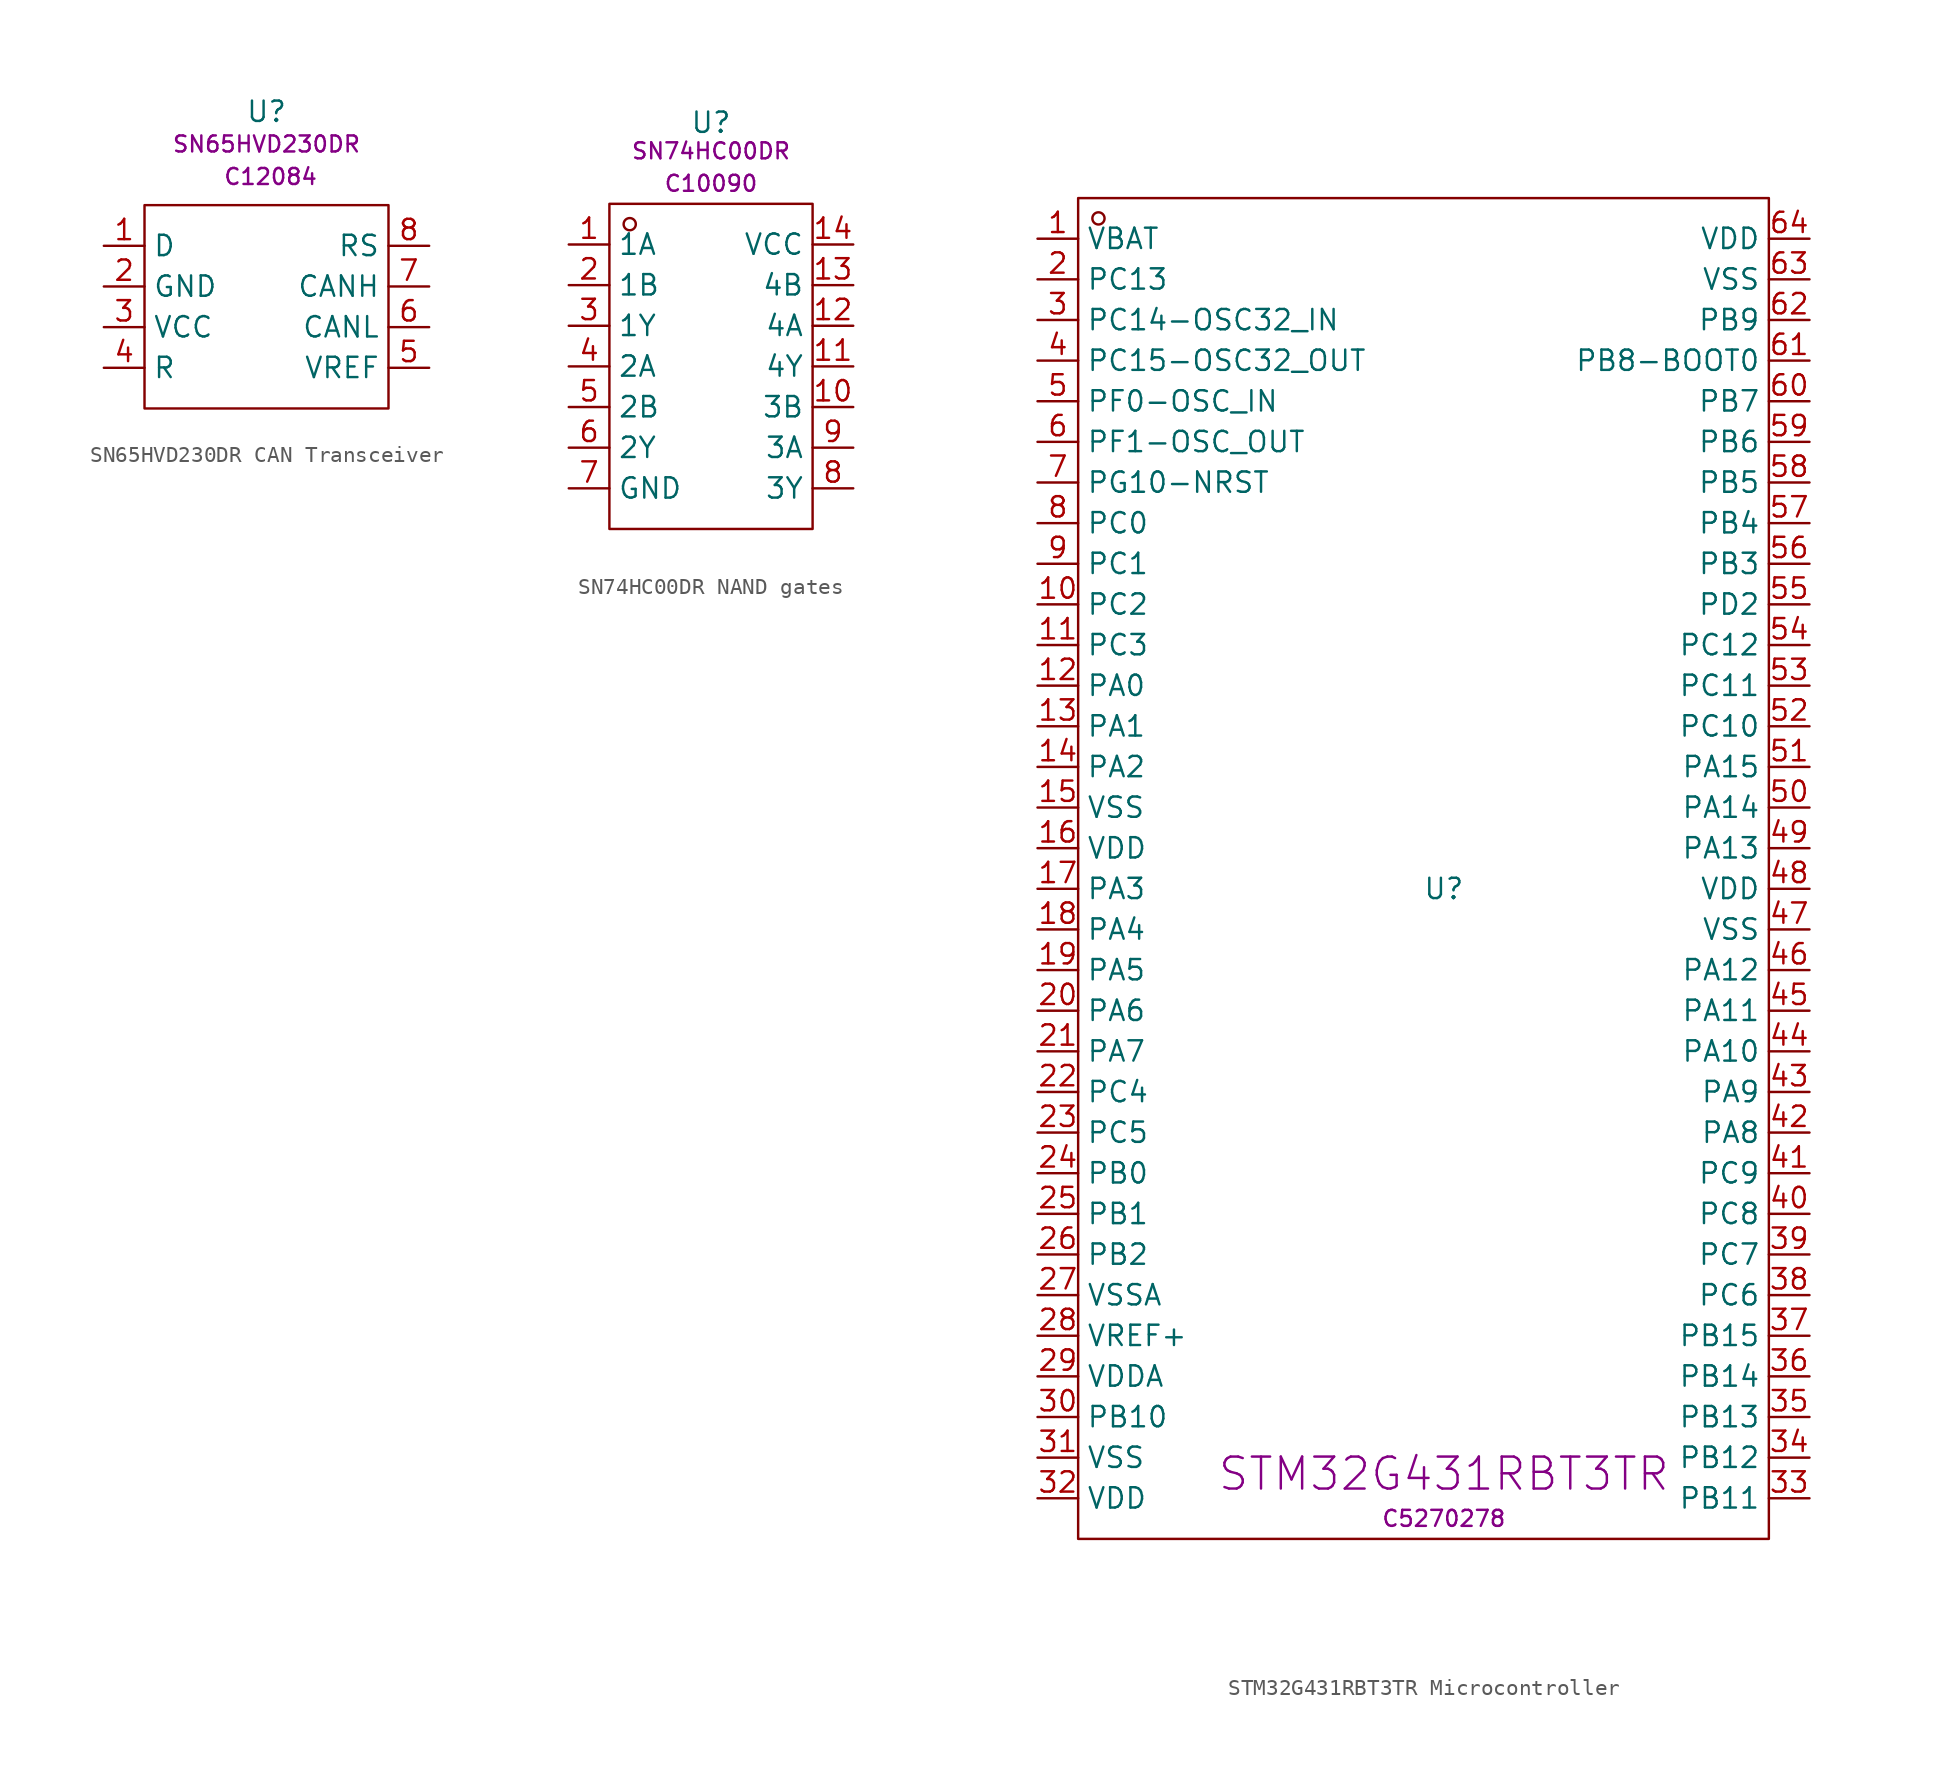
<source format=kicad_sym>
(kicad_symbol_lib
  (version 20241209)
  (generator "kicad_symbol_editor")
  (generator_version "9.0")
  (symbol "SN65HVD230DR CAN Transceiver"
    (property "Reference" "U"
      (at 0 12.192 0)
      (do_not_autoplace)
      (effects (font (size 1.27 1.27))))
    (property "Manufacturer Part" "SN65HVD230DR"
      (at 0 10.16 0)
      (do_not_autoplace)
      (effects (font (size 1 1))))
    (property "LCSC Part #" "C12084"
      (at 0.254 8.128 0)
      (do_not_autoplace)
      (effects (font (size 1 1))))
    (symbol "SN65HVD230DR CAN Transceiver_1_0"
      (rectangle (start -7.62 6.35) (end 7.62 -6.35) (stroke (width 0) (type default)) (fill (type none)))
      (pin unspecified line (at -10.16 3.81 0) (length 2.54) (name "D" (effects (font (size 1.27 1.27)))) (number "1" (effects (font (size 1.27 1.27)))))
      (pin unspecified line (at -10.16 1.27 0) (length 2.54) (name "GND" (effects (font (size 1.27 1.27)))) (number "2" (effects (font (size 1.27 1.27)))))
      (pin unspecified line (at -10.16 -1.27 0) (length 2.54) (name "VCC" (effects (font (size 1.27 1.27)))) (number "3" (effects (font (size 1.27 1.27)))))
      (pin unspecified line (at -10.16 -3.81 0) (length 2.54) (name "R" (effects (font (size 1.27 1.27)))) (number "4" (effects (font (size 1.27 1.27)))))
      (pin unspecified line (at 10.16 3.81 180) (length 2.54) (name "RS" (effects (font (size 1.27 1.27)))) (number "8" (effects (font (size 1.27 1.27)))))
      (pin unspecified line (at 10.16 1.27 180) (length 2.54) (name "CANH" (effects (font (size 1.27 1.27)))) (number "7" (effects (font (size 1.27 1.27)))))
      (pin unspecified line (at 10.16 -1.27 180) (length 2.54) (name "CANL" (effects (font (size 1.27 1.27)))) (number "6" (effects (font (size 1.27 1.27)))))
      (pin unspecified line (at 10.16 -3.81 180) (length 2.54) (name "VREF" (effects (font (size 1.27 1.27)))) (number "5" (effects (font (size 1.27 1.27)))))))
  (symbol "SN74HC00DR NAND gates"
    (property "Reference" "U"
      (at 0 15.24 0)
      (do_not_autoplace)
      (effects (font (size 1.27 1.27))))
    (property "Manufacturer Part" "SN74HC00DR"
      (at 0 13.462 0)
      (do_not_autoplace)
      (effects (font (size 1 1))))
    (property "LCSC Part #" "C10090"
      (at 0 11.43 0)
      (do_not_autoplace)
      (effects (font (size 1 1))))
    (symbol "SN74HC00DR NAND gates_1_0"
      (rectangle (start -6.35 -10.16) (end 6.35 10.16) (stroke (width 0) (type default)) (fill (type none)))
      (circle (center -5.08 8.89) (radius 0.381) (stroke (width 0) (type default)) (fill (type none)))
      (pin unspecified line (at -8.89 7.62 0) (length 2.54) (name "1A" (effects (font (size 1.27 1.27)))) (number "1" (effects (font (size 1.27 1.27)))))
      (pin unspecified line (at -8.89 5.08 0) (length 2.54) (name "1B" (effects (font (size 1.27 1.27)))) (number "2" (effects (font (size 1.27 1.27)))))
      (pin unspecified line (at -8.89 2.54 0) (length 2.54) (name "1Y" (effects (font (size 1.27 1.27)))) (number "3" (effects (font (size 1.27 1.27)))))
      (pin unspecified line (at -8.89 0 0) (length 2.54) (name "2A" (effects (font (size 1.27 1.27)))) (number "4" (effects (font (size 1.27 1.27)))))
      (pin unspecified line (at -8.89 -2.54 0) (length 2.54) (name "2B" (effects (font (size 1.27 1.27)))) (number "5" (effects (font (size 1.27 1.27)))))
      (pin unspecified line (at -8.89 -5.08 0) (length 2.54) (name "2Y" (effects (font (size 1.27 1.27)))) (number "6" (effects (font (size 1.27 1.27)))))
      (pin unspecified line (at -8.89 -7.62 0) (length 2.54) (name "GND" (effects (font (size 1.27 1.27)))) (number "7" (effects (font (size 1.27 1.27)))))
      (pin unspecified line (at 8.89 7.62 180) (length 2.54) (name "VCC" (effects (font (size 1.27 1.27)))) (number "14" (effects (font (size 1.27 1.27)))))
      (pin unspecified line (at 8.89 5.08 180) (length 2.54) (name "4B" (effects (font (size 1.27 1.27)))) (number "13" (effects (font (size 1.27 1.27)))))
      (pin unspecified line (at 8.89 2.54 180) (length 2.54) (name "4A" (effects (font (size 1.27 1.27)))) (number "12" (effects (font (size 1.27 1.27)))))
      (pin unspecified line (at 8.89 0 180) (length 2.54) (name "4Y" (effects (font (size 1.27 1.27)))) (number "11" (effects (font (size 1.27 1.27)))))
      (pin unspecified line (at 8.89 -2.54 180) (length 2.54) (name "3B" (effects (font (size 1.27 1.27)))) (number "10" (effects (font (size 1.27 1.27)))))
      (pin unspecified line (at 8.89 -5.08 180) (length 2.54) (name "3A" (effects (font (size 1.27 1.27)))) (number "9" (effects (font (size 1.27 1.27)))))
      (pin unspecified line (at 8.89 -7.62 180) (length 2.54) (name "3Y" (effects (font (size 1.27 1.27)))) (number "8" (effects (font (size 1.27 1.27)))))))
  (symbol "STM32G431RBT3TR Microcontroller"
    (property "Reference" "U"
      (at 0 0 0)
      (effects (font (size 1.27 1.27))))
    (property "Manufacturer Part" "STM32G431RBT3TR"
      (at 0 -36.576 0)
      (do_not_autoplace)
      (effects (font (size 2 2))))
    (property "LCSC Part #" "C5270278"
      (at 0 -39.37 0)
      (do_not_autoplace)
      (effects (font (size 1 1))))
    (symbol "STM32G431RBT3TR Microcontroller_1_0"
      (rectangle (start -22.86 -40.64) (end 20.32 43.18) (stroke (width 0) (type default)) (fill (type none)))
      (circle (center -21.59 41.91) (radius 0.381) (stroke (width 0) (type default)) (fill (type none)))
      (pin unspecified line (at -25.4 40.64 0) (length 2.54) (name "VBAT" (effects (font (size 1.27 1.27)))) (number "1" (effects (font (size 1.27 1.27)))))
      (pin unspecified line (at -25.4 38.1 0) (length 2.54) (name "PC13" (effects (font (size 1.27 1.27)))) (number "2" (effects (font (size 1.27 1.27)))))
      (pin unspecified line (at -25.4 35.56 0) (length 2.54) (name "PC14-OSC32_IN" (effects (font (size 1.27 1.27)))) (number "3" (effects (font (size 1.27 1.27)))))
      (pin unspecified line (at -25.4 33.02 0) (length 2.54) (name "PC15-OSC32_OUT" (effects (font (size 1.27 1.27)))) (number "4" (effects (font (size 1.27 1.27)))))
      (pin unspecified line (at -25.4 30.48 0) (length 2.54) (name "PF0-OSC_IN" (effects (font (size 1.27 1.27)))) (number "5" (effects (font (size 1.27 1.27)))))
      (pin unspecified line (at -25.4 27.94 0) (length 2.54) (name "PF1-OSC_OUT" (effects (font (size 1.27 1.27)))) (number "6" (effects (font (size 1.27 1.27)))))
      (pin unspecified line (at -25.4 25.4 0) (length 2.54) (name "PG10-NRST" (effects (font (size 1.27 1.27)))) (number "7" (effects (font (size 1.27 1.27)))))
      (pin unspecified line (at -25.4 22.86 0) (length 2.54) (name "PC0" (effects (font (size 1.27 1.27)))) (number "8" (effects (font (size 1.27 1.27)))))
      (pin unspecified line (at -25.4 20.32 0) (length 2.54) (name "PC1" (effects (font (size 1.27 1.27)))) (number "9" (effects (font (size 1.27 1.27)))))
      (pin unspecified line (at -25.4 17.78 0) (length 2.54) (name "PC2" (effects (font (size 1.27 1.27)))) (number "10" (effects (font (size 1.27 1.27)))))
      (pin unspecified line (at -25.4 15.24 0) (length 2.54) (name "PC3" (effects (font (size 1.27 1.27)))) (number "11" (effects (font (size 1.27 1.27)))))
      (pin unspecified line (at -25.4 12.7 0) (length 2.54) (name "PA0" (effects (font (size 1.27 1.27)))) (number "12" (effects (font (size 1.27 1.27)))))
      (pin unspecified line (at -25.4 10.16 0) (length 2.54) (name "PA1" (effects (font (size 1.27 1.27)))) (number "13" (effects (font (size 1.27 1.27)))))
      (pin unspecified line (at -25.4 7.62 0) (length 2.54) (name "PA2" (effects (font (size 1.27 1.27)))) (number "14" (effects (font (size 1.27 1.27)))))
      (pin unspecified line (at -25.4 5.08 0) (length 2.54) (name "VSS" (effects (font (size 1.27 1.27)))) (number "15" (effects (font (size 1.27 1.27)))))
      (pin unspecified line (at -25.4 2.54 0) (length 2.54) (name "VDD" (effects (font (size 1.27 1.27)))) (number "16" (effects (font (size 1.27 1.27)))))
      (pin unspecified line (at -25.4 0 0) (length 2.54) (name "PA3" (effects (font (size 1.27 1.27)))) (number "17" (effects (font (size 1.27 1.27)))))
      (pin unspecified line (at -25.4 -2.54 0) (length 2.54) (name "PA4" (effects (font (size 1.27 1.27)))) (number "18" (effects (font (size 1.27 1.27)))))
      (pin unspecified line (at -25.4 -5.08 0) (length 2.54) (name "PA5" (effects (font (size 1.27 1.27)))) (number "19" (effects (font (size 1.27 1.27)))))
      (pin unspecified line (at -25.4 -7.62 0) (length 2.54) (name "PA6" (effects (font (size 1.27 1.27)))) (number "20" (effects (font (size 1.27 1.27)))))
      (pin unspecified line (at -25.4 -10.16 0) (length 2.54) (name "PA7" (effects (font (size 1.27 1.27)))) (number "21" (effects (font (size 1.27 1.27)))))
      (pin unspecified line (at -25.4 -12.7 0) (length 2.54) (name "PC4" (effects (font (size 1.27 1.27)))) (number "22" (effects (font (size 1.27 1.27)))))
      (pin unspecified line (at -25.4 -15.24 0) (length 2.54) (name "PC5" (effects (font (size 1.27 1.27)))) (number "23" (effects (font (size 1.27 1.27)))))
      (pin unspecified line (at -25.4 -17.78 0) (length 2.54) (name "PB0" (effects (font (size 1.27 1.27)))) (number "24" (effects (font (size 1.27 1.27)))))
      (pin unspecified line (at -25.4 -20.32 0) (length 2.54) (name "PB1" (effects (font (size 1.27 1.27)))) (number "25" (effects (font (size 1.27 1.27)))))
      (pin unspecified line (at -25.4 -22.86 0) (length 2.54) (name "PB2" (effects (font (size 1.27 1.27)))) (number "26" (effects (font (size 1.27 1.27)))))
      (pin unspecified line (at -25.4 -25.4 0) (length 2.54) (name "VSSA" (effects (font (size 1.27 1.27)))) (number "27" (effects (font (size 1.27 1.27)))))
      (pin unspecified line (at -25.4 -27.94 0) (length 2.54) (name "VREF+" (effects (font (size 1.27 1.27)))) (number "28" (effects (font (size 1.27 1.27)))))
      (pin unspecified line (at -25.4 -30.48 0) (length 2.54) (name "VDDA" (effects (font (size 1.27 1.27)))) (number "29" (effects (font (size 1.27 1.27)))))
      (pin unspecified line (at -25.4 -33.02 0) (length 2.54) (name "PB10" (effects (font (size 1.27 1.27)))) (number "30" (effects (font (size 1.27 1.27)))))
      (pin unspecified line (at -25.4 -35.56 0) (length 2.54) (name "VSS" (effects (font (size 1.27 1.27)))) (number "31" (effects (font (size 1.27 1.27)))))
      (pin unspecified line (at -25.4 -38.1 0) (length 2.54) (name "VDD" (effects (font (size 1.27 1.27)))) (number "32" (effects (font (size 1.27 1.27)))))
      (pin unspecified line (at 22.86 40.64 180) (length 2.54) (name "VDD" (effects (font (size 1.27 1.27)))) (number "64" (effects (font (size 1.27 1.27)))))
      (pin unspecified line (at 22.86 38.1 180) (length 2.54) (name "VSS" (effects (font (size 1.27 1.27)))) (number "63" (effects (font (size 1.27 1.27)))))
      (pin unspecified line (at 22.86 35.56 180) (length 2.54) (name "PB9" (effects (font (size 1.27 1.27)))) (number "62" (effects (font (size 1.27 1.27)))))
      (pin unspecified line (at 22.86 33.02 180) (length 2.54) (name "PB8-BOOT0" (effects (font (size 1.27 1.27)))) (number "61" (effects (font (size 1.27 1.27)))))
      (pin unspecified line (at 22.86 30.48 180) (length 2.54) (name "PB7" (effects (font (size 1.27 1.27)))) (number "60" (effects (font (size 1.27 1.27)))))
      (pin unspecified line (at 22.86 27.94 180) (length 2.54) (name "PB6" (effects (font (size 1.27 1.27)))) (number "59" (effects (font (size 1.27 1.27)))))
      (pin unspecified line (at 22.86 25.4 180) (length 2.54) (name "PB5" (effects (font (size 1.27 1.27)))) (number "58" (effects (font (size 1.27 1.27)))))
      (pin unspecified line (at 22.86 22.86 180) (length 2.54) (name "PB4" (effects (font (size 1.27 1.27)))) (number "57" (effects (font (size 1.27 1.27)))))
      (pin unspecified line (at 22.86 20.32 180) (length 2.54) (name "PB3" (effects (font (size 1.27 1.27)))) (number "56" (effects (font (size 1.27 1.27)))))
      (pin unspecified line (at 22.86 17.78 180) (length 2.54) (name "PD2" (effects (font (size 1.27 1.27)))) (number "55" (effects (font (size 1.27 1.27)))))
      (pin unspecified line (at 22.86 15.24 180) (length 2.54) (name "PC12" (effects (font (size 1.27 1.27)))) (number "54" (effects (font (size 1.27 1.27)))))
      (pin unspecified line (at 22.86 12.7 180) (length 2.54) (name "PC11" (effects (font (size 1.27 1.27)))) (number "53" (effects (font (size 1.27 1.27)))))
      (pin unspecified line (at 22.86 10.16 180) (length 2.54) (name "PC10" (effects (font (size 1.27 1.27)))) (number "52" (effects (font (size 1.27 1.27)))))
      (pin unspecified line (at 22.86 7.62 180) (length 2.54) (name "PA15" (effects (font (size 1.27 1.27)))) (number "51" (effects (font (size 1.27 1.27)))))
      (pin unspecified line (at 22.86 5.08 180) (length 2.54) (name "PA14" (effects (font (size 1.27 1.27)))) (number "50" (effects (font (size 1.27 1.27)))))
      (pin unspecified line (at 22.86 2.54 180) (length 2.54) (name "PA13" (effects (font (size 1.27 1.27)))) (number "49" (effects (font (size 1.27 1.27)))))
      (pin unspecified line (at 22.86 0 180) (length 2.54) (name "VDD" (effects (font (size 1.27 1.27)))) (number "48" (effects (font (size 1.27 1.27)))))
      (pin unspecified line (at 22.86 -2.54 180) (length 2.54) (name "VSS" (effects (font (size 1.27 1.27)))) (number "47" (effects (font (size 1.27 1.27)))))
      (pin unspecified line (at 22.86 -5.08 180) (length 2.54) (name "PA12" (effects (font (size 1.27 1.27)))) (number "46" (effects (font (size 1.27 1.27)))))
      (pin unspecified line (at 22.86 -7.62 180) (length 2.54) (name "PA11" (effects (font (size 1.27 1.27)))) (number "45" (effects (font (size 1.27 1.27)))))
      (pin unspecified line (at 22.86 -10.16 180) (length 2.54) (name "PA10" (effects (font (size 1.27 1.27)))) (number "44" (effects (font (size 1.27 1.27)))))
      (pin unspecified line (at 22.86 -12.7 180) (length 2.54) (name "PA9" (effects (font (size 1.27 1.27)))) (number "43" (effects (font (size 1.27 1.27)))))
      (pin unspecified line (at 22.86 -15.24 180) (length 2.54) (name "PA8" (effects (font (size 1.27 1.27)))) (number "42" (effects (font (size 1.27 1.27)))))
      (pin unspecified line (at 22.86 -17.78 180) (length 2.54) (name "PC9" (effects (font (size 1.27 1.27)))) (number "41" (effects (font (size 1.27 1.27)))))
      (pin unspecified line (at 22.86 -20.32 180) (length 2.54) (name "PC8" (effects (font (size 1.27 1.27)))) (number "40" (effects (font (size 1.27 1.27)))))
      (pin unspecified line (at 22.86 -22.86 180) (length 2.54) (name "PC7" (effects (font (size 1.27 1.27)))) (number "39" (effects (font (size 1.27 1.27)))))
      (pin unspecified line (at 22.86 -25.4 180) (length 2.54) (name "PC6" (effects (font (size 1.27 1.27)))) (number "38" (effects (font (size 1.27 1.27)))))
      (pin unspecified line (at 22.86 -27.94 180) (length 2.54) (name "PB15" (effects (font (size 1.27 1.27)))) (number "37" (effects (font (size 1.27 1.27)))))
      (pin unspecified line (at 22.86 -30.48 180) (length 2.54) (name "PB14" (effects (font (size 1.27 1.27)))) (number "36" (effects (font (size 1.27 1.27)))))
      (pin unspecified line (at 22.86 -33.02 180) (length 2.54) (name "PB13" (effects (font (size 1.27 1.27)))) (number "35" (effects (font (size 1.27 1.27)))))
      (pin unspecified line (at 22.86 -35.56 180) (length 2.54) (name "PB12" (effects (font (size 1.27 1.27)))) (number "34" (effects (font (size 1.27 1.27)))))
      (pin unspecified line (at 22.86 -38.1 180) (length 2.54) (name "PB11" (effects (font (size 1.27 1.27)))) (number "33" (effects (font (size 1.27 1.27))))))))
</source>
